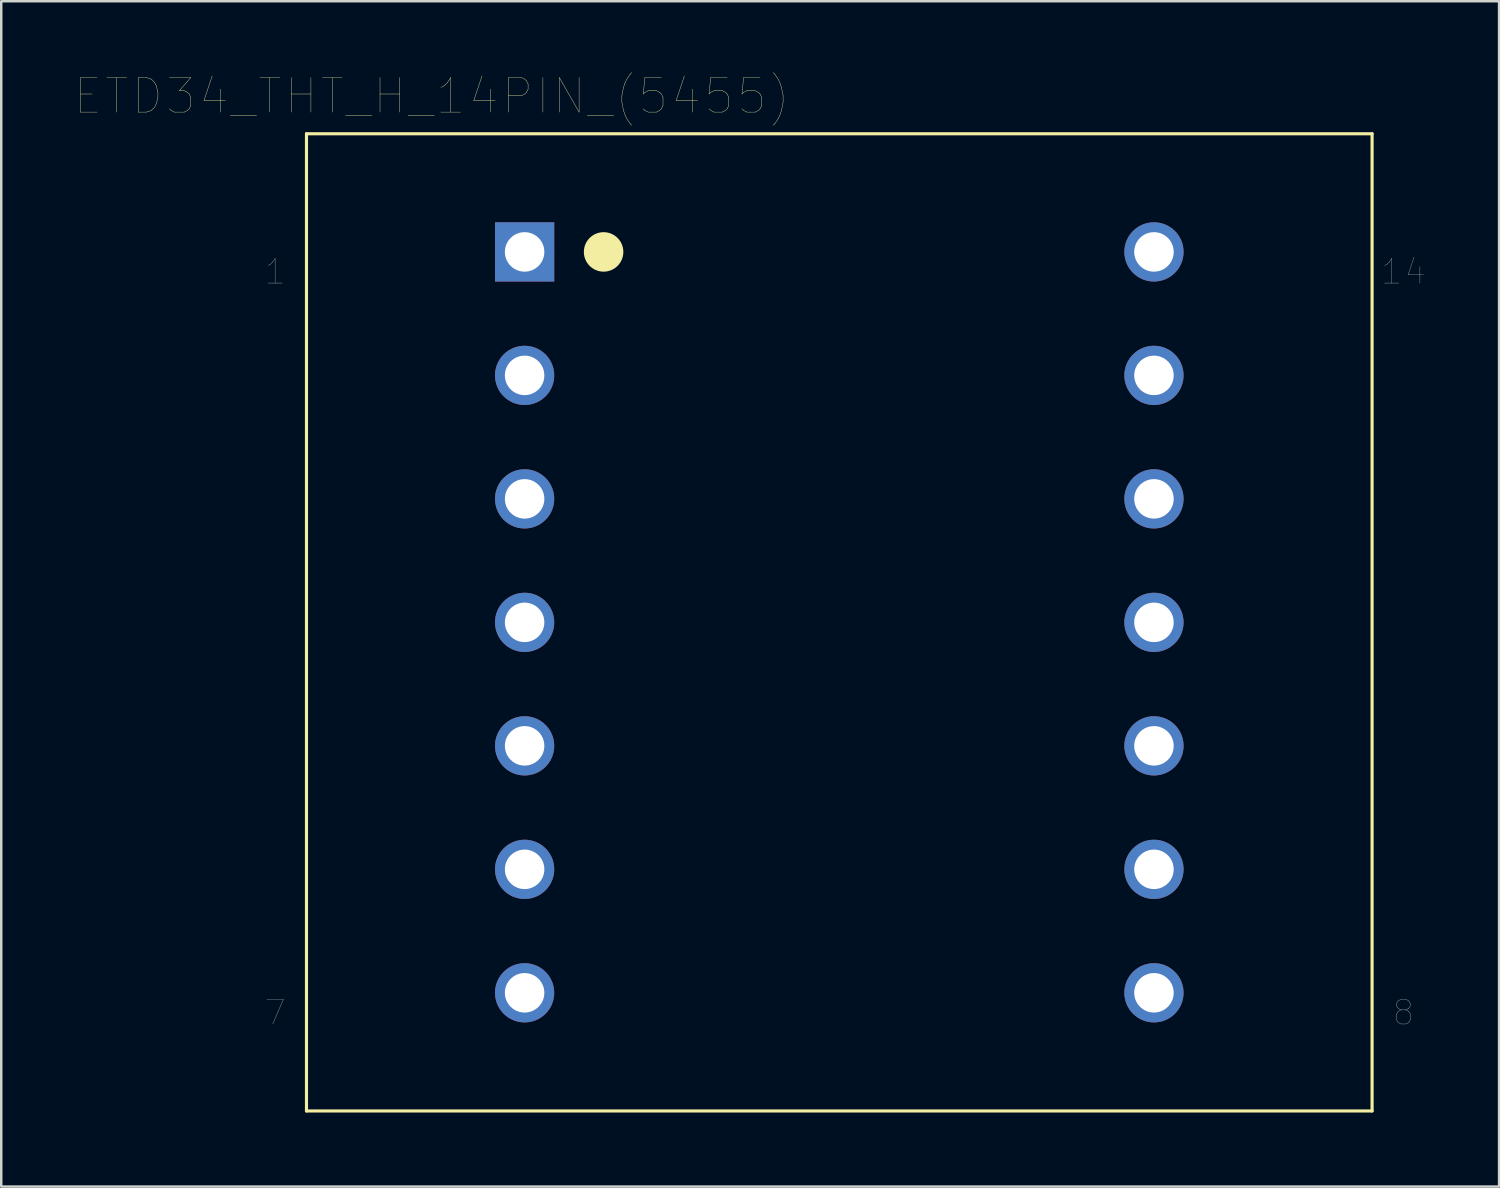
<source format=kicad_pcb>
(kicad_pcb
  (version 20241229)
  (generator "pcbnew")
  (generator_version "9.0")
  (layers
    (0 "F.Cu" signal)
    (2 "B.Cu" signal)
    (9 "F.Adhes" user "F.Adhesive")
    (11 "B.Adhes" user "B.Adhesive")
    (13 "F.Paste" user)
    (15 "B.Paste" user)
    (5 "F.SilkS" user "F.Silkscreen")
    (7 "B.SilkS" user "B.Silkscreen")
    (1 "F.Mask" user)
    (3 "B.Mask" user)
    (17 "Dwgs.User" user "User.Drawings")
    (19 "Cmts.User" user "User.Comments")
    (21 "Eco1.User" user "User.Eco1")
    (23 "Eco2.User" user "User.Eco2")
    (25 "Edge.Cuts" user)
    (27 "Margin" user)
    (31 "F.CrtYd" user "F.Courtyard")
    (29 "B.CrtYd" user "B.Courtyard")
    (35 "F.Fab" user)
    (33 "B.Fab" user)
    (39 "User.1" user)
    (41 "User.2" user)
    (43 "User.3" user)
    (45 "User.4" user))
  (footprint "ETD34_THT_H_14PIN_(5455)"
    (layer "F.Cu")
    (at 30.959 22.169)
    (property "Reference" "ETD34_THT_H_14PIN_(5455)" (at -16.51 -21.323 0) (layer "F.SilkS") (effects (font (size 1.4 1.4) (thickness 0.015))))
    (attr through_hole)
    (fp_line (start -21.59 -19.799) (end -21.59 19.799) (stroke (width 0.127) (type solid)) (layer "F.SilkS"))
    (fp_line (start -21.59 -19.799) (end 21.59 -19.799) (stroke (width 0.127) (type solid)) (layer "F.SilkS"))
    (fp_line (start -21.59 19.799) (end 21.59 19.799) (stroke (width 0.127) (type solid)) (layer "F.SilkS"))
    (fp_line (start 21.59 -19.799) (end 21.59 19.799) (stroke (width 0.127) (type solid)) (layer "F.SilkS"))
    (fp_circle (center -9.55 -15.011) (end -8.75 -15.011) (stroke (width 0) (type solid)) (fill yes) (layer "F.SilkS"))
    (fp_text user "1" (at -22.86 -14.211 0) (layer "F.Fab") (effects (font (size 1 1) (thickness 0.015))))
    (fp_text user "8" (at 22.86 15.812 0) (layer "F.Fab") (effects (font (size 1 1) (thickness 0.015))))
    (fp_text user "14" (at 22.86 -14.211 0) (layer "F.Fab") (effects (font (size 1 1) (thickness 0.015))))
    (fp_text user "7" (at -22.86 15.812 0) (layer "F.Fab") (effects (font (size 1 1) (thickness 0.015))))
    (pad "1" thru_hole rect (at -12.751 -15.011) (size 2.4 2.4) (drill 1.6) (layers "*.Cu" "*.Mask"))
    (pad "2" thru_hole circle (at -12.751 -10.008) (size 2.4 2.4) (drill 1.6) (layers "*.Cu" "*.Mask"))
    (pad "3" thru_hole circle (at -12.751 -5.004) (size 2.4 2.4) (drill 1.6) (layers "*.Cu" "*.Mask"))
    (pad "4" thru_hole circle (at -12.751 0) (size 2.4 2.4) (drill 1.6) (layers "*.Cu" "*.Mask"))
    (pad "5" thru_hole circle (at -12.751 5.004) (size 2.4 2.4) (drill 1.6) (layers "*.Cu" "*.Mask"))
    (pad "6" thru_hole circle (at -12.751 10.008) (size 2.4 2.4) (drill 1.6) (layers "*.Cu" "*.Mask"))
    (pad "7" thru_hole circle (at -12.751 15.011) (size 2.4 2.4) (drill 1.6) (layers "*.Cu" "*.Mask"))
    (pad "8" thru_hole circle (at 12.751 15.011) (size 2.4 2.4) (drill 1.6) (layers "*.Cu" "*.Mask"))
    (pad "9" thru_hole circle (at 12.751 10.008) (size 2.4 2.4) (drill 1.6) (layers "*.Cu" "*.Mask"))
    (pad "10" thru_hole circle (at 12.751 5.004) (size 2.4 2.4) (drill 1.6) (layers "*.Cu" "*.Mask"))
    (pad "11" thru_hole circle (at 12.751 0) (size 2.4 2.4) (drill 1.6) (layers "*.Cu" "*.Mask"))
    (pad "12" thru_hole circle (at 12.751 -5.004) (size 2.4 2.4) (drill 1.6) (layers "*.Cu" "*.Mask"))
    (pad "13" thru_hole circle (at 12.751 -10.008) (size 2.4 2.4) (drill 1.6) (layers "*.Cu" "*.Mask"))
    (pad "14" thru_hole circle (at 12.751 -15.011) (size 2.4 2.4) (drill 1.6) (layers "*.Cu" "*.Mask")))
  (gr_rect
    (start -3 -3)
    (end 57.694 45.031)
    (stroke (width 0.1) (type default))
    (fill no)
    (layer "Edge.Cuts")))
</source>
